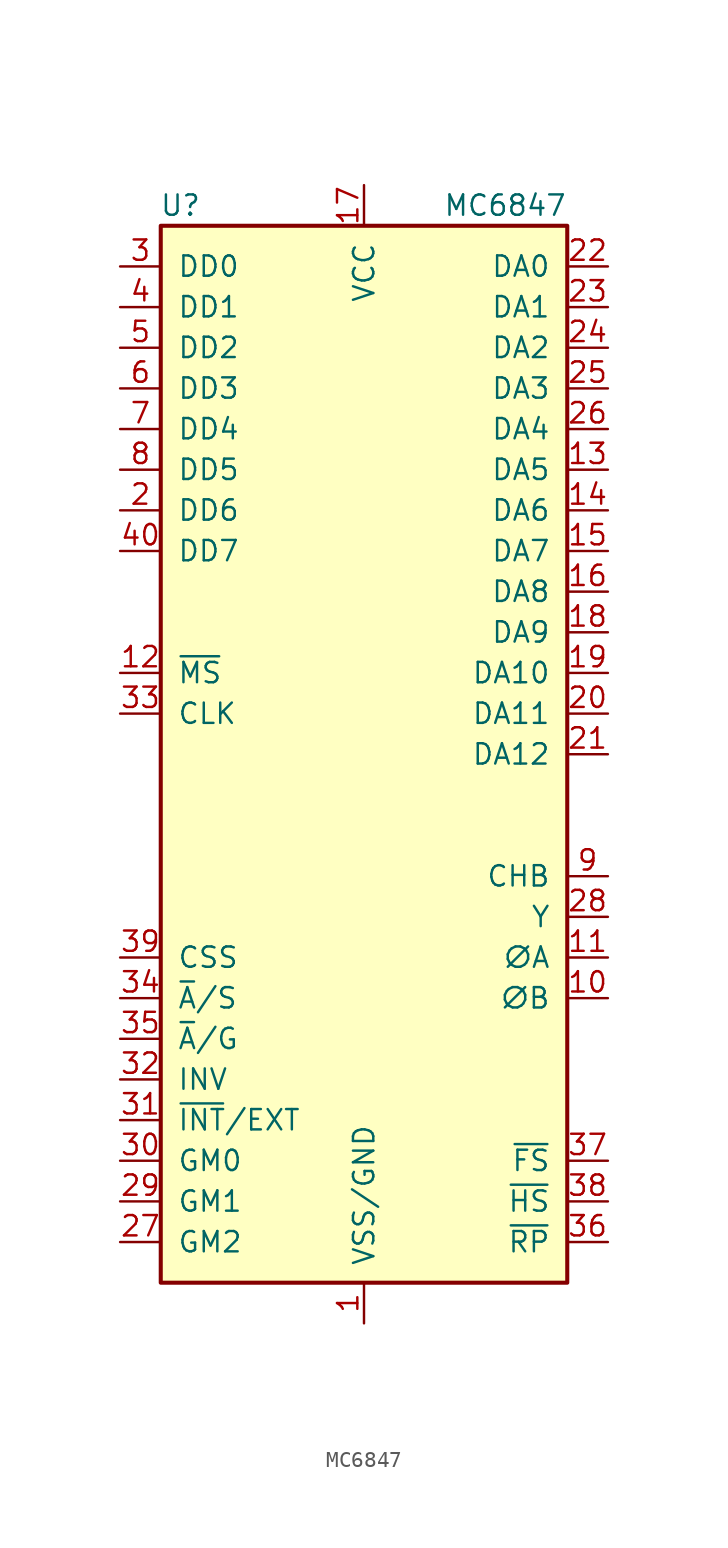
<source format=kicad_sym>
(kicad_symbol_lib
  (version 20211014)
  (generator kicad_symbol_editor)
  (symbol "MC6847"
    (pin_names
      (offset 1.016))
    (property "Reference" "U"
      (at -10.16 34.29 0)
      (effects (font (size 1.27 1.27)) (justify right)))
    (property "Value" "MC6847"
      (at 12.7 34.29 0)
      (effects (font (size 1.27 1.27)) (justify right)))
    (symbol "MC6847_0_1"
      (rectangle (start -12.7 -33.02) (end 12.7 33.02) (stroke (width 0.254) (type default) (color 0 0 0 0)) (fill (type background))))
    (symbol "MC6847_1_1"
      (pin power_in line (at 0 -35.56 90) (length 2.54) (name "VSS/GND" (effects (font (size 1.27 1.27)))) (number "1" (effects (font (size 1.27 1.27)))))
      (pin output line (at 15.24 -15.24 180) (length 2.54) (name "∅B" (effects (font (size 1.27 1.27)))) (number "10" (effects (font (size 1.27 1.27)))))
      (pin output line (at 15.24 -12.7 180) (length 2.54) (name "∅A" (effects (font (size 1.27 1.27)))) (number "11" (effects (font (size 1.27 1.27)))))
      (pin input line (at -15.24 5.08 0) (length 2.54) (name "~{MS}" (effects (font (size 1.27 1.27)))) (number "12" (effects (font (size 1.27 1.27)))))
      (pin output line (at 15.24 17.78 180) (length 2.54) (name "DA5" (effects (font (size 1.27 1.27)))) (number "13" (effects (font (size 1.27 1.27)))))
      (pin output line (at 15.24 15.24 180) (length 2.54) (name "DA6" (effects (font (size 1.27 1.27)))) (number "14" (effects (font (size 1.27 1.27)))))
      (pin output line (at 15.24 12.7 180) (length 2.54) (name "DA7" (effects (font (size 1.27 1.27)))) (number "15" (effects (font (size 1.27 1.27)))))
      (pin output line (at 15.24 10.16 180) (length 2.54) (name "DA8" (effects (font (size 1.27 1.27)))) (number "16" (effects (font (size 1.27 1.27)))))
      (pin power_in line (at 0 35.56 270) (length 2.54) (name "VCC" (effects (font (size 1.27 1.27)))) (number "17" (effects (font (size 1.27 1.27)))))
      (pin output line (at 15.24 7.62 180) (length 2.54) (name "DA9" (effects (font (size 1.27 1.27)))) (number "18" (effects (font (size 1.27 1.27)))))
      (pin output line (at 15.24 5.08 180) (length 2.54) (name "DA10" (effects (font (size 1.27 1.27)))) (number "19" (effects (font (size 1.27 1.27)))))
      (pin bidirectional line (at -15.24 15.24 0) (length 2.54) (name "DD6" (effects (font (size 1.27 1.27)))) (number "2" (effects (font (size 1.27 1.27)))))
      (pin output line (at 15.24 2.54 180) (length 2.54) (name "DA11" (effects (font (size 1.27 1.27)))) (number "20" (effects (font (size 1.27 1.27)))))
      (pin output line (at 15.24 0 180) (length 2.54) (name "DA12" (effects (font (size 1.27 1.27)))) (number "21" (effects (font (size 1.27 1.27)))))
      (pin output line (at 15.24 30.48 180) (length 2.54) (name "DA0" (effects (font (size 1.27 1.27)))) (number "22" (effects (font (size 1.27 1.27)))))
      (pin output line (at 15.24 27.94 180) (length 2.54) (name "DA1" (effects (font (size 1.27 1.27)))) (number "23" (effects (font (size 1.27 1.27)))))
      (pin output line (at 15.24 25.4 180) (length 2.54) (name "DA2" (effects (font (size 1.27 1.27)))) (number "24" (effects (font (size 1.27 1.27)))))
      (pin output line (at 15.24 22.86 180) (length 2.54) (name "DA3" (effects (font (size 1.27 1.27)))) (number "25" (effects (font (size 1.27 1.27)))))
      (pin output line (at 15.24 20.32 180) (length 2.54) (name "DA4" (effects (font (size 1.27 1.27)))) (number "26" (effects (font (size 1.27 1.27)))))
      (pin input line (at -15.24 -30.48 0) (length 2.54) (name "GM2" (effects (font (size 1.27 1.27)))) (number "27" (effects (font (size 1.27 1.27)))))
      (pin output line (at 15.24 -10.16 180) (length 2.54) (name "Y" (effects (font (size 1.27 1.27)))) (number "28" (effects (font (size 1.27 1.27)))))
      (pin input line (at -15.24 -27.94 0) (length 2.54) (name "GM1" (effects (font (size 1.27 1.27)))) (number "29" (effects (font (size 1.27 1.27)))))
      (pin bidirectional line (at -15.24 30.48 0) (length 2.54) (name "DD0" (effects (font (size 1.27 1.27)))) (number "3" (effects (font (size 1.27 1.27)))))
      (pin input line (at -15.24 -25.4 0) (length 2.54) (name "GM0" (effects (font (size 1.27 1.27)))) (number "30" (effects (font (size 1.27 1.27)))))
      (pin input line (at -15.24 -22.86 0) (length 2.54) (name "~{INT}/EXT" (effects (font (size 1.27 1.27)))) (number "31" (effects (font (size 1.27 1.27)))))
      (pin input line (at -15.24 -20.32 0) (length 2.54) (name "INV" (effects (font (size 1.27 1.27)))) (number "32" (effects (font (size 1.27 1.27)))))
      (pin input line (at -15.24 2.54 0) (length 2.54) (name "CLK" (effects (font (size 1.27 1.27)))) (number "33" (effects (font (size 1.27 1.27)))))
      (pin input line (at -15.24 -15.24 0) (length 2.54) (name "~{A}/S" (effects (font (size 1.27 1.27)))) (number "34" (effects (font (size 1.27 1.27)))))
      (pin input line (at -15.24 -17.78 0) (length 2.54) (name "~{A}/G" (effects (font (size 1.27 1.27)))) (number "35" (effects (font (size 1.27 1.27)))))
      (pin output line (at 15.24 -30.48 180) (length 2.54) (name "~{RP}" (effects (font (size 1.27 1.27)))) (number "36" (effects (font (size 1.27 1.27)))))
      (pin output line (at 15.24 -25.4 180) (length 2.54) (name "~{FS}" (effects (font (size 1.27 1.27)))) (number "37" (effects (font (size 1.27 1.27)))))
      (pin output line (at 15.24 -27.94 180) (length 2.54) (name "~{HS}" (effects (font (size 1.27 1.27)))) (number "38" (effects (font (size 1.27 1.27)))))
      (pin input line (at -15.24 -12.7 0) (length 2.54) (name "CSS" (effects (font (size 1.27 1.27)))) (number "39" (effects (font (size 1.27 1.27)))))
      (pin bidirectional line (at -15.24 27.94 0) (length 2.54) (name "DD1" (effects (font (size 1.27 1.27)))) (number "4" (effects (font (size 1.27 1.27)))))
      (pin bidirectional line (at -15.24 12.7 0) (length 2.54) (name "DD7" (effects (font (size 1.27 1.27)))) (number "40" (effects (font (size 1.27 1.27)))))
      (pin bidirectional line (at -15.24 25.4 0) (length 2.54) (name "DD2" (effects (font (size 1.27 1.27)))) (number "5" (effects (font (size 1.27 1.27)))))
      (pin bidirectional line (at -15.24 22.86 0) (length 2.54) (name "DD3" (effects (font (size 1.27 1.27)))) (number "6" (effects (font (size 1.27 1.27)))))
      (pin bidirectional line (at -15.24 20.32 0) (length 2.54) (name "DD4" (effects (font (size 1.27 1.27)))) (number "7" (effects (font (size 1.27 1.27)))))
      (pin bidirectional line (at -15.24 17.78 0) (length 2.54) (name "DD5" (effects (font (size 1.27 1.27)))) (number "8" (effects (font (size 1.27 1.27)))))
      (pin output line (at 15.24 -7.62 180) (length 2.54) (name "CHB" (effects (font (size 1.27 1.27)))) (number "9" (effects (font (size 1.27 1.27))))))))
</source>
